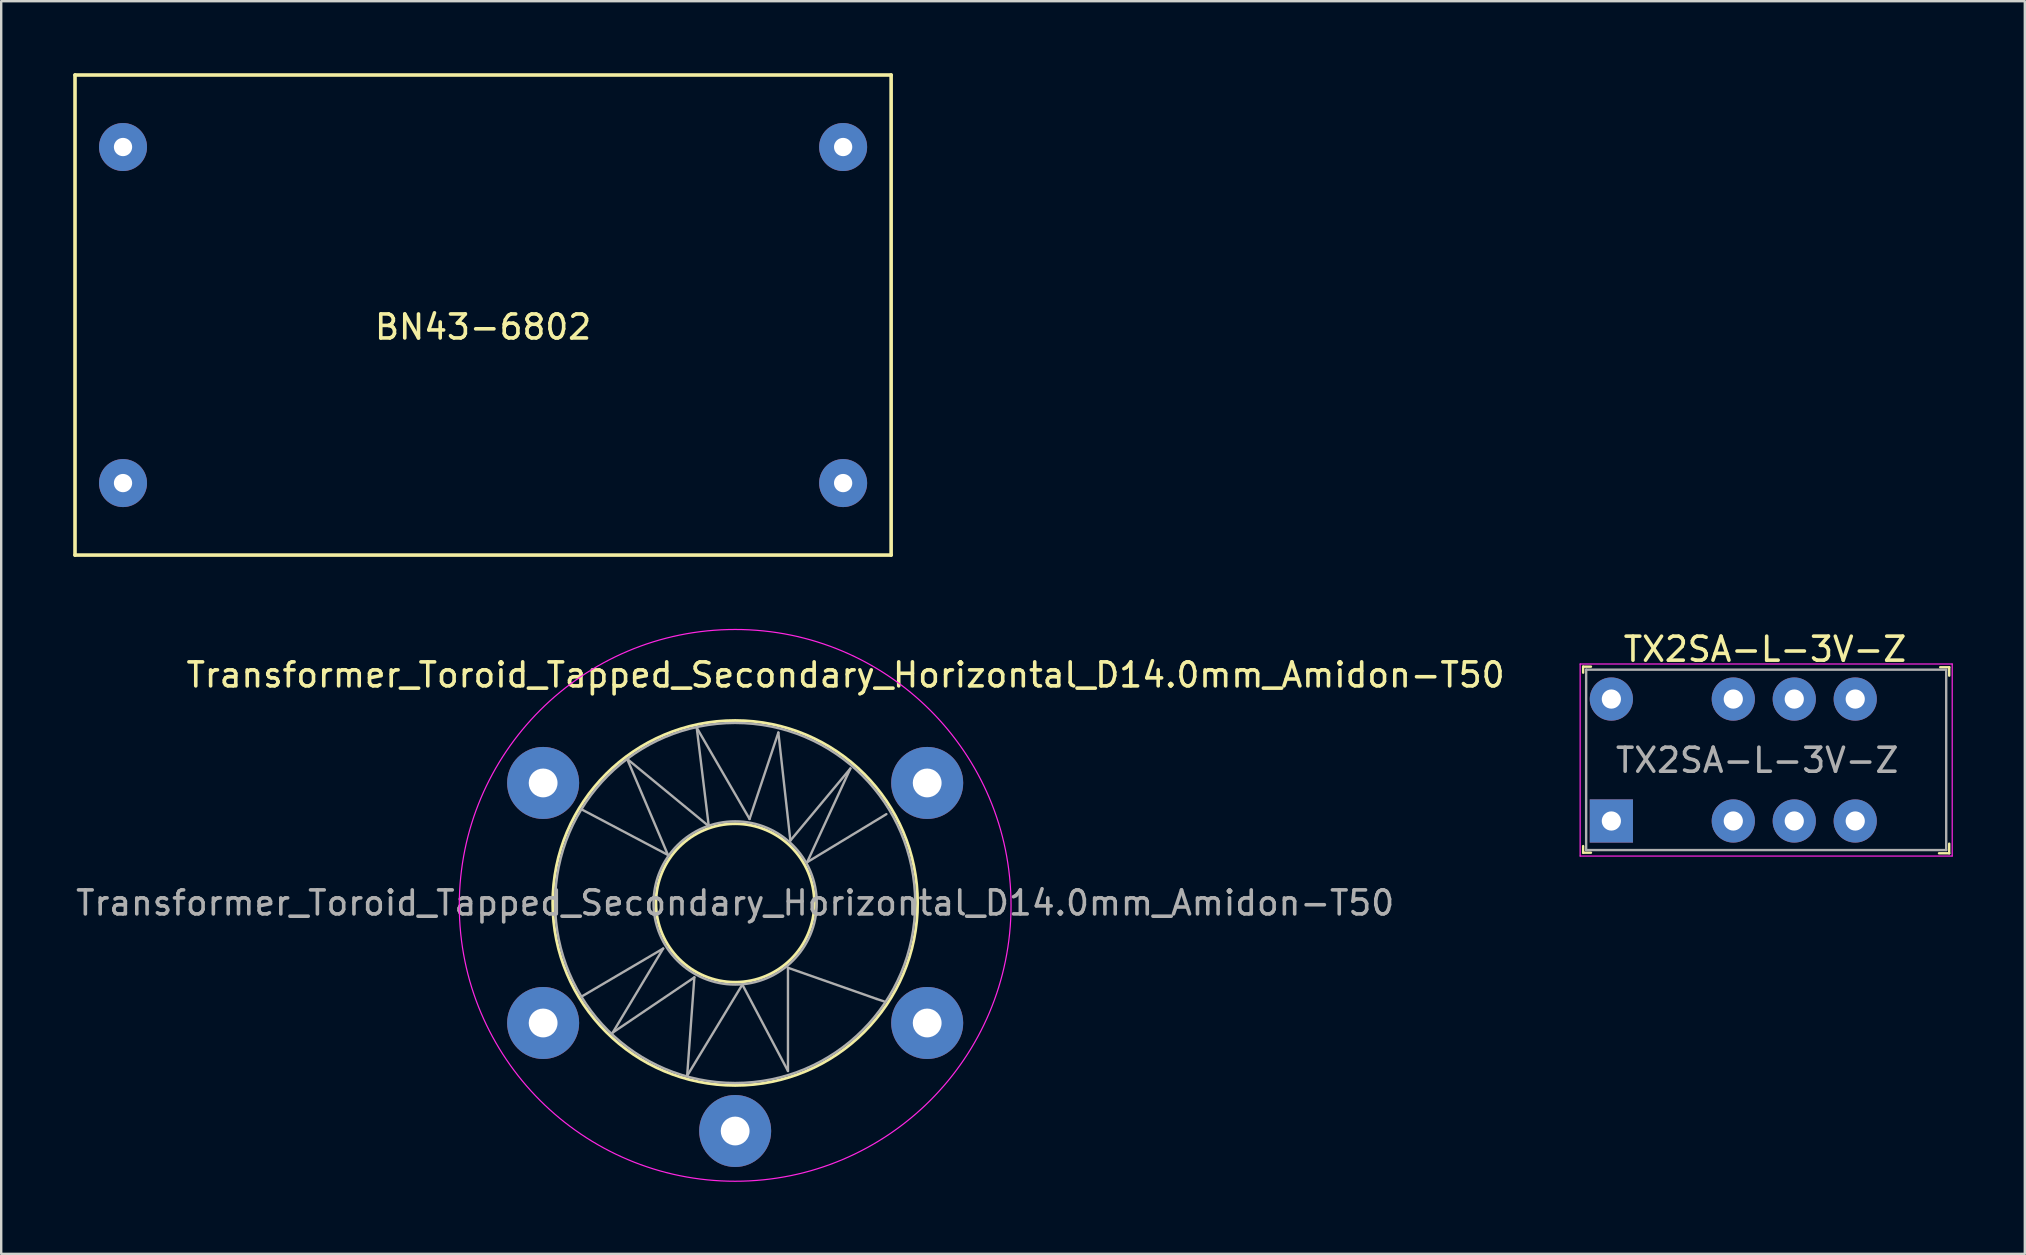
<source format=kicad_pcb>
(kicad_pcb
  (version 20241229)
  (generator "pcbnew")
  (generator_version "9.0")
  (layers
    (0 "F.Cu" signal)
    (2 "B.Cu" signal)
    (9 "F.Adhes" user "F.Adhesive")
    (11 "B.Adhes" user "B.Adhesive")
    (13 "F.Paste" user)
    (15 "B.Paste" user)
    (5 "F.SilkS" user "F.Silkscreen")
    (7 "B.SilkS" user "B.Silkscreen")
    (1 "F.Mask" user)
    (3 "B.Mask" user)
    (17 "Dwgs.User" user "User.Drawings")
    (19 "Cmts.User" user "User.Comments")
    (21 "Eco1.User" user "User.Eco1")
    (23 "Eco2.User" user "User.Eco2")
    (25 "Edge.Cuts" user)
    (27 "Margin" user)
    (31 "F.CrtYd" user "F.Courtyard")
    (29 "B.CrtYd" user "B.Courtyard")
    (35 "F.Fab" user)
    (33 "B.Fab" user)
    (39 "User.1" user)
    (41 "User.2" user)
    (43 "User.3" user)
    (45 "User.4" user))
  (footprint "BN43-6802"
    (layer "F.Cu")
    (at 17.075 10.075)
    (property "Reference" "BN43-6802" (at 0 0.5 0) (layer "F.SilkS") (effects (font (size 1 1) (thickness 0.15))))
    (attr through_hole)
    (fp_line (start -17 -10) (end -17 10) (stroke (width 0.15) (type solid)) (layer "F.SilkS"))
    (fp_line (start -17 10) (end 17 10) (stroke (width 0.15) (type solid)) (layer "F.SilkS"))
    (fp_line (start 17 -10) (end -17 -10) (stroke (width 0.15) (type solid)) (layer "F.SilkS"))
    (fp_line (start 17 10) (end 17 -10) (stroke (width 0.15) (type solid)) (layer "F.SilkS"))
    (pad "1" thru_hole circle (at -15 -7) (size 2 2) (drill 0.762) (layers "*.Cu" "*.Mask"))
    (pad "2" thru_hole circle (at -15 7) (size 2 2) (drill 0.762) (layers "*.Cu" "*.Mask"))
    (pad "3" thru_hole circle (at 15 7) (size 2 2) (drill 0.762) (layers "*.Cu" "*.Mask"))
    (pad "4" thru_hole circle (at 15 -7) (size 2 2) (drill 0.762) (layers "*.Cu" "*.Mask")))
  (footprint "TX2SA-L-3V-Z"
    (layer "F.Cu")
    (at 64.08 26.073)
    (property "Reference" "TX2SA-L-3V-Z" (at 6.4 -2.075 0) (layer "F.SilkS") (effects (font (size 1 1) (thickness 0.15))))
    (attr through_hole)
    (fp_line (start -1.175 -1.35) (end -1.175 -1.1) (stroke (width 0.1) (type solid)) (layer "F.SilkS"))
    (fp_line (start -1.175 6.4) (end -1.175 6.125) (stroke (width 0.1) (type solid)) (layer "F.SilkS"))
    (fp_line (start -0.85 -1.35) (end -1.175 -1.35) (stroke (width 0.1) (type solid)) (layer "F.SilkS"))
    (fp_line (start -0.85 6.4) (end -1.175 6.4) (stroke (width 0.1) (type solid)) (layer "F.SilkS"))
    (fp_line (start 13.7 -1.325) (end 14.075 -1.325) (stroke (width 0.1) (type solid)) (layer "F.SilkS"))
    (fp_line (start 14.075 -1.325) (end 14.075 -0.975) (stroke (width 0.1) (type solid)) (layer "F.SilkS"))
    (fp_line (start 14.075 6.025) (end 14.075 6.425) (stroke (width 0.1) (type solid)) (layer "F.SilkS"))
    (fp_line (start 14.075 6.425) (end 13.65 6.425) (stroke (width 0.1) (type solid)) (layer "F.SilkS"))
    (fp_line (start -1.3 -1.46) (end -1.3 6.54) (stroke (width 0.05) (type solid)) (layer "F.CrtYd"))
    (fp_line (start -1.3 -1.46) (end 14.2 -1.46) (stroke (width 0.05) (type solid)) (layer "F.CrtYd"))
    (fp_line (start 14.2 -1.46) (end 14.2 6.54) (stroke (width 0.05) (type solid)) (layer "F.CrtYd"))
    (fp_line (start 14.2 6.54) (end -1.3 6.54) (stroke (width 0.05) (type solid)) (layer "F.CrtYd"))
    (fp_line (start -1.05 -1.225) (end -1.05 6.29) (stroke (width 0.1) (type solid)) (layer "F.Fab"))
    (fp_line (start 13.95 -1.225) (end -1.05 -1.225) (stroke (width 0.1) (type solid)) (layer "F.Fab"))
    (fp_line (start 13.95 -1.21) (end 13.95 6.29) (stroke (width 0.1) (type solid)) (layer "F.Fab"))
    (fp_line (start 13.95 6.29) (end -1.05 6.29) (stroke (width 0.1) (type solid)) (layer "F.Fab"))
    (fp_text user "${REFERENCE}" (at 6.075 2.55 0) (layer "F.Fab") (effects (font (size 1 1) (thickness 0.15))))
    (pad "1" thru_hole rect (at 0 5.08) (size 1.8 1.8) (drill 0.8) (layers "*.Cu" "*.Mask"))
    (pad "3" thru_hole circle (at 5.08 5.08) (size 1.8 1.8) (drill 0.8) (layers "*.Cu" "*.Mask"))
    (pad "4" thru_hole circle (at 7.62 5.08) (size 1.8 1.8) (drill 0.8) (layers "*.Cu" "*.Mask"))
    (pad "5" thru_hole circle (at 10.16 5.08) (size 1.8 1.8) (drill 0.8) (layers "*.Cu" "*.Mask"))
    (pad "8" thru_hole circle (at 10.16 0) (size 1.8 1.8) (drill 0.8) (layers "*.Cu" "*.Mask"))
    (pad "9" thru_hole circle (at 7.62 0) (size 1.8 1.8) (drill 0.8) (layers "*.Cu" "*.Mask"))
    (pad "10" thru_hole circle (at 5.08 0) (size 1.8 1.8) (drill 0.8) (layers "*.Cu" "*.Mask"))
    (pad "12" thru_hole circle (at 0 0) (size 1.8 1.8) (drill 0.8) (layers "*.Cu" "*.Mask")))
  (footprint "Transformer_Toroid_Tapped_Secondary_Horizontal_D14.0mm_Amidon-T50"
    (layer "F.Cu")
    (at 19.577 39.568)
    (property "Reference" "Transformer_Toroid_Tapped_Secondary_Horizontal_D14.0mm_Amidon-T50" (at 12.6 -14.5 0) (layer "F.SilkS") (effects (font (size 1 1) (thickness 0.15))))
    (attr through_hole)
    (fp_circle (center 8 -5) (end 11.3 -5.1) (stroke (width 0.12) (type solid)) (fill no) (layer "F.SilkS"))
    (fp_circle (center 8 -5) (end 15.6 -5.1) (stroke (width 0.12) (type solid)) (fill no) (layer "F.SilkS"))
    (fp_circle (center 8 -4.9) (end 18.3 0.2) (stroke (width 0.05) (type solid)) (fill no) (layer "F.CrtYd"))
    (fp_line (start 1.6 -8.9) (end 5.2 -7) (stroke (width 0.1) (type solid)) (layer "F.Fab"))
    (fp_line (start 1.6 -1.1) (end 5 -3.1) (stroke (width 0.1) (type solid)) (layer "F.Fab"))
    (fp_line (start 2.9 0.4) (end 6.3 -1.9) (stroke (width 0.1) (type solid)) (layer "F.Fab"))
    (fp_line (start 3.5 -11) (end 6.9 -8.2) (stroke (width 0.1) (type solid)) (layer "F.Fab"))
    (fp_line (start 5 -3.1) (end 2.9 0.4) (stroke (width 0.1) (type solid)) (layer "F.Fab"))
    (fp_line (start 5.2 -7) (end 3.5 -11) (stroke (width 0.1) (type solid)) (layer "F.Fab"))
    (fp_line (start 6 2.2) (end 8.3 -1.6) (stroke (width 0.1) (type solid)) (layer "F.Fab"))
    (fp_line (start 6.3 -1.9) (end 6 2.2) (stroke (width 0.1) (type solid)) (layer "F.Fab"))
    (fp_line (start 6.4 -12.3) (end 8.6 -8.5) (stroke (width 0.1) (type solid)) (layer "F.Fab"))
    (fp_line (start 6.9 -8.2) (end 6.4 -12.3) (stroke (width 0.1) (type solid)) (layer "F.Fab"))
    (fp_line (start 8.3 -1.6) (end 10.2 2) (stroke (width 0.1) (type solid)) (layer "F.Fab"))
    (fp_line (start 8.6 -8.5) (end 9.8 -12.1) (stroke (width 0.1) (type solid)) (layer "F.Fab"))
    (fp_line (start 9.8 -12.1) (end 10.3 -7.6) (stroke (width 0.1) (type solid)) (layer "F.Fab"))
    (fp_line (start 10.2 -2.3) (end 13.9 -1) (stroke (width 0.1) (type solid)) (layer "F.Fab"))
    (fp_line (start 10.2 2) (end 10.2 -2.3) (stroke (width 0.1) (type solid)) (layer "F.Fab"))
    (fp_line (start 10.3 -7.6) (end 12.8 -10.6) (stroke (width 0.1) (type solid)) (layer "F.Fab"))
    (fp_line (start 11 -6.7) (end 14.3 -8.7) (stroke (width 0.1) (type solid)) (layer "F.Fab"))
    (fp_line (start 12.8 -10.6) (end 11 -6.7) (stroke (width 0.1) (type solid)) (layer "F.Fab"))
    (fp_line (start 13.9 -1) (end 14.2 -0.9) (stroke (width 0.1) (type solid)) (layer "F.Fab"))
    (fp_circle (center 8 -5) (end 11.4 -5) (stroke (width 0.1) (type solid)) (fill no) (layer "F.Fab"))
    (fp_circle (center 8 -5) (end 15.5 -5) (stroke (width 0.1) (type solid)) (fill no) (layer "F.Fab"))
    (fp_text user "${REFERENCE}" (at 8 -5 0) (layer "F.Fab") (effects (font (size 1 1) (thickness 0.15))))
    (pad "1" thru_hole circle (at 0 -10) (size 3 3) (drill 1.2) (layers "*.Cu" "*.Mask"))
    (pad "2" thru_hole circle (at 16 -10) (size 3 3) (drill 1.2) (layers "*.Cu" "*.Mask"))
    (pad "3" thru_hole circle (at 16 0) (size 3 3) (drill 1.2) (layers "*.Cu" "*.Mask"))
    (pad "4" thru_hole circle (at 8 4.5) (size 3 3) (drill 1.2) (layers "*.Cu" "*.Mask"))
    (pad "5" thru_hole circle (at 0 0) (size 3 3) (drill 1.2) (layers "*.Cu" "*.Mask")))
  (gr_rect
    (start -3 -3)
    (end 81.305 49.187)
    (stroke (width 0.1) (type default))
    (fill no)
    (layer "Edge.Cuts")))
</source>
